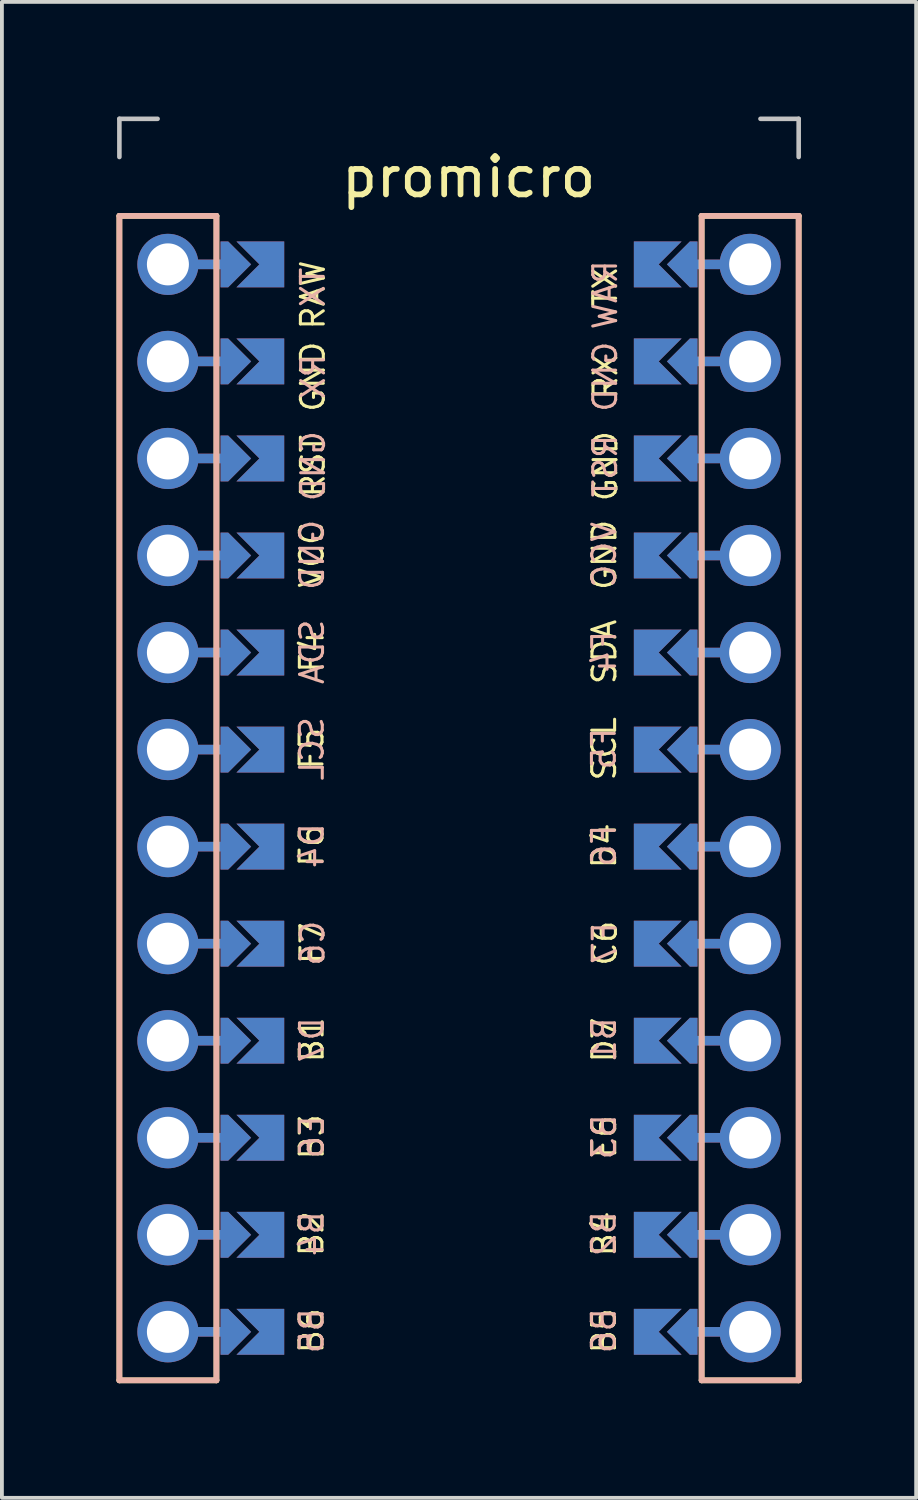
<source format=kicad_pcb>
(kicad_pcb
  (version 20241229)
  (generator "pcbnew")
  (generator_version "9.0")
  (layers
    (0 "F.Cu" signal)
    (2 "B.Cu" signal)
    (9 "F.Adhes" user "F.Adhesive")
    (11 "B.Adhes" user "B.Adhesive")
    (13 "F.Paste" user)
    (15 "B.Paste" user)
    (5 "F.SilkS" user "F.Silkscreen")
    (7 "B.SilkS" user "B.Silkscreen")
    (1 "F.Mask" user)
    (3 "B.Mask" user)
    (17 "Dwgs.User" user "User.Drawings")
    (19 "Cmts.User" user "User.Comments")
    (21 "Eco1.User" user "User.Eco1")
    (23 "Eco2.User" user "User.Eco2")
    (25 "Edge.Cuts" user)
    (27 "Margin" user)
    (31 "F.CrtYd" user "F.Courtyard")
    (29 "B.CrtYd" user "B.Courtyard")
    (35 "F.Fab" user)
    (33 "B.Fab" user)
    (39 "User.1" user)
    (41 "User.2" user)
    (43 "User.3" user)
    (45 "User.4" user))
  (footprint "promicro"
    (layer "F.Cu")
    (at 8.965 17.84)
    (property "Reference" "promicro" (at 0.254 -16.256 0) (layer "F.SilkS") (effects (font (size 1 1) (thickness 0.15))))
    (fp_poly (pts (xy -5.08 -14.478) (xy -5.08 -13.462) (xy -6.096 -13.462) (xy -6.096 -14.478)) (stroke (width 0.1) (type solid)) (fill yes) (layer "F.Mask"))
    (fp_poly (pts (xy -5.08 -11.938) (xy -5.08 -10.922) (xy -6.096 -10.922) (xy -6.096 -11.938)) (stroke (width 0.1) (type solid)) (fill yes) (layer "F.Mask"))
    (fp_poly (pts (xy -5.08 -9.398) (xy -5.08 -8.382) (xy -6.096 -8.382) (xy -6.096 -9.398)) (stroke (width 0.1) (type solid)) (fill yes) (layer "F.Mask"))
    (fp_poly (pts (xy -5.08 -6.858) (xy -5.08 -5.842) (xy -6.096 -5.842) (xy -6.096 -6.858)) (stroke (width 0.1) (type solid)) (fill yes) (layer "F.Mask"))
    (fp_poly (pts (xy -5.08 -4.318) (xy -5.08 -3.302) (xy -6.096 -3.302) (xy -6.096 -4.318)) (stroke (width 0.1) (type solid)) (fill yes) (layer "F.Mask"))
    (fp_poly (pts (xy -5.08 -1.778) (xy -5.08 -0.762) (xy -6.096 -0.762) (xy -6.096 -1.778)) (stroke (width 0.1) (type solid)) (fill yes) (layer "F.Mask"))
    (fp_poly (pts (xy -5.08 0.762) (xy -5.08 1.778) (xy -6.096 1.778) (xy -6.096 0.762)) (stroke (width 0.1) (type solid)) (fill yes) (layer "F.Mask"))
    (fp_poly (pts (xy -5.08 3.302) (xy -5.08 4.318) (xy -6.096 4.318) (xy -6.096 3.302)) (stroke (width 0.1) (type solid)) (fill yes) (layer "F.Mask"))
    (fp_poly (pts (xy -5.08 5.842) (xy -5.08 6.858) (xy -6.096 6.858) (xy -6.096 5.842)) (stroke (width 0.1) (type solid)) (fill yes) (layer "F.Mask"))
    (fp_poly (pts (xy -5.08 8.382) (xy -5.08 9.398) (xy -6.096 9.398) (xy -6.096 8.382)) (stroke (width 0.1) (type solid)) (fill yes) (layer "F.Mask"))
    (fp_poly (pts (xy -5.08 10.922) (xy -5.08 11.938) (xy -6.096 11.938) (xy -6.096 10.922)) (stroke (width 0.1) (type solid)) (fill yes) (layer "F.Mask"))
    (fp_poly (pts (xy -5.08 13.462) (xy -5.08 14.478) (xy -6.096 14.478) (xy -6.096 13.462)) (stroke (width 0.1) (type solid)) (fill yes) (layer "F.Mask"))
    (fp_poly (pts (xy 5.08 -13.462) (xy 5.08 -14.478) (xy 6.096 -14.478) (xy 6.096 -13.462)) (stroke (width 0.1) (type solid)) (fill yes) (layer "F.Mask"))
    (fp_poly (pts (xy 5.08 -10.922) (xy 5.08 -11.938) (xy 6.096 -11.938) (xy 6.096 -10.922)) (stroke (width 0.1) (type solid)) (fill yes) (layer "F.Mask"))
    (fp_poly (pts (xy 5.08 -8.382) (xy 5.08 -9.398) (xy 6.096 -9.398) (xy 6.096 -8.382)) (stroke (width 0.1) (type solid)) (fill yes) (layer "F.Mask"))
    (fp_poly (pts (xy 5.08 -5.842) (xy 5.08 -6.858) (xy 6.096 -6.858) (xy 6.096 -5.842)) (stroke (width 0.1) (type solid)) (fill yes) (layer "F.Mask"))
    (fp_poly (pts (xy 5.08 -3.302) (xy 5.08 -4.318) (xy 6.096 -4.318) (xy 6.096 -3.302)) (stroke (width 0.1) (type solid)) (fill yes) (layer "F.Mask"))
    (fp_poly (pts (xy 5.08 -0.762) (xy 5.08 -1.778) (xy 6.096 -1.778) (xy 6.096 -0.762)) (stroke (width 0.1) (type solid)) (fill yes) (layer "F.Mask"))
    (fp_poly (pts (xy 5.08 1.778) (xy 5.08 0.762) (xy 6.096 0.762) (xy 6.096 1.778)) (stroke (width 0.1) (type solid)) (fill yes) (layer "F.Mask"))
    (fp_poly (pts (xy 5.08 4.318) (xy 5.08 3.302) (xy 6.096 3.302) (xy 6.096 4.318)) (stroke (width 0.1) (type solid)) (fill yes) (layer "F.Mask"))
    (fp_poly (pts (xy 5.08 6.858) (xy 5.08 5.842) (xy 6.096 5.842) (xy 6.096 6.858)) (stroke (width 0.1) (type solid)) (fill yes) (layer "F.Mask"))
    (fp_poly (pts (xy 5.08 9.398) (xy 5.08 8.382) (xy 6.096 8.382) (xy 6.096 9.398)) (stroke (width 0.1) (type solid)) (fill yes) (layer "F.Mask"))
    (fp_poly (pts (xy 5.08 11.938) (xy 5.08 10.922) (xy 6.096 10.922) (xy 6.096 11.938)) (stroke (width 0.1) (type solid)) (fill yes) (layer "F.Mask"))
    (fp_poly (pts (xy 5.08 14.478) (xy 5.08 13.462) (xy 6.096 13.462) (xy 6.096 14.478)) (stroke (width 0.1) (type solid)) (fill yes) (layer "F.Mask"))
    (fp_poly (pts (xy -5.08 -14.478) (xy -5.08 -13.462) (xy -6.096 -13.462) (xy -6.096 -14.478)) (stroke (width 0.1) (type solid)) (fill yes) (layer "B.Mask"))
    (fp_poly (pts (xy -5.08 -11.938) (xy -5.08 -10.922) (xy -6.096 -10.922) (xy -6.096 -11.938)) (stroke (width 0.1) (type solid)) (fill yes) (layer "B.Mask"))
    (fp_poly (pts (xy -5.08 -9.398) (xy -5.08 -8.382) (xy -6.096 -8.382) (xy -6.096 -9.398)) (stroke (width 0.1) (type solid)) (fill yes) (layer "B.Mask"))
    (fp_poly (pts (xy -5.08 -6.858) (xy -5.08 -5.842) (xy -6.096 -5.842) (xy -6.096 -6.858)) (stroke (width 0.1) (type solid)) (fill yes) (layer "B.Mask"))
    (fp_poly (pts (xy -5.08 -4.318) (xy -5.08 -3.302) (xy -6.096 -3.302) (xy -6.096 -4.318)) (stroke (width 0.1) (type solid)) (fill yes) (layer "B.Mask"))
    (fp_poly (pts (xy -5.08 -1.778) (xy -5.08 -0.762) (xy -6.096 -0.762) (xy -6.096 -1.778)) (stroke (width 0.1) (type solid)) (fill yes) (layer "B.Mask"))
    (fp_poly (pts (xy -5.08 0.762) (xy -5.08 1.778) (xy -6.096 1.778) (xy -6.096 0.762)) (stroke (width 0.1) (type solid)) (fill yes) (layer "B.Mask"))
    (fp_poly (pts (xy -5.08 3.302) (xy -5.08 4.318) (xy -6.096 4.318) (xy -6.096 3.302)) (stroke (width 0.1) (type solid)) (fill yes) (layer "B.Mask"))
    (fp_poly (pts (xy -5.08 5.842) (xy -5.08 6.858) (xy -6.096 6.858) (xy -6.096 5.842)) (stroke (width 0.1) (type solid)) (fill yes) (layer "B.Mask"))
    (fp_poly (pts (xy -5.08 8.382) (xy -5.08 9.398) (xy -6.096 9.398) (xy -6.096 8.382)) (stroke (width 0.1) (type solid)) (fill yes) (layer "B.Mask"))
    (fp_poly (pts (xy -5.08 10.922) (xy -5.08 11.938) (xy -6.096 11.938) (xy -6.096 10.922)) (stroke (width 0.1) (type solid)) (fill yes) (layer "B.Mask"))
    (fp_poly (pts (xy -5.08 13.462) (xy -5.08 14.478) (xy -6.096 14.478) (xy -6.096 13.462)) (stroke (width 0.1) (type solid)) (fill yes) (layer "B.Mask"))
    (fp_poly (pts (xy 5.08 -13.462) (xy 5.08 -14.478) (xy 6.096 -14.478) (xy 6.096 -13.462)) (stroke (width 0.1) (type solid)) (fill yes) (layer "B.Mask"))
    (fp_poly (pts (xy 5.08 -10.922) (xy 5.08 -11.938) (xy 6.096 -11.938) (xy 6.096 -10.922)) (stroke (width 0.1) (type solid)) (fill yes) (layer "B.Mask"))
    (fp_poly (pts (xy 5.08 -8.382) (xy 5.08 -9.398) (xy 6.096 -9.398) (xy 6.096 -8.382)) (stroke (width 0.1) (type solid)) (fill yes) (layer "B.Mask"))
    (fp_poly (pts (xy 5.08 -5.842) (xy 5.08 -6.858) (xy 6.096 -6.858) (xy 6.096 -5.842)) (stroke (width 0.1) (type solid)) (fill yes) (layer "B.Mask"))
    (fp_poly (pts (xy 5.08 -3.302) (xy 5.08 -4.318) (xy 6.096 -4.318) (xy 6.096 -3.302)) (stroke (width 0.1) (type solid)) (fill yes) (layer "B.Mask"))
    (fp_poly (pts (xy 5.08 -0.762) (xy 5.08 -1.778) (xy 6.096 -1.778) (xy 6.096 -0.762)) (stroke (width 0.1) (type solid)) (fill yes) (layer "B.Mask"))
    (fp_poly (pts (xy 5.08 1.778) (xy 5.08 0.762) (xy 6.096 0.762) (xy 6.096 1.778)) (stroke (width 0.1) (type solid)) (fill yes) (layer "B.Mask"))
    (fp_poly (pts (xy 5.08 4.318) (xy 5.08 3.302) (xy 6.096 3.302) (xy 6.096 4.318)) (stroke (width 0.1) (type solid)) (fill yes) (layer "B.Mask"))
    (fp_poly (pts (xy 5.08 6.858) (xy 5.08 5.842) (xy 6.096 5.842) (xy 6.096 6.858)) (stroke (width 0.1) (type solid)) (fill yes) (layer "B.Mask"))
    (fp_poly (pts (xy 5.08 9.398) (xy 5.08 8.382) (xy 6.096 8.382) (xy 6.096 9.398)) (stroke (width 0.1) (type solid)) (fill yes) (layer "B.Mask"))
    (fp_poly (pts (xy 5.08 11.938) (xy 5.08 10.922) (xy 6.096 10.922) (xy 6.096 11.938)) (stroke (width 0.1) (type solid)) (fill yes) (layer "B.Mask"))
    (fp_poly (pts (xy 5.08 14.478) (xy 5.08 13.462) (xy 6.096 13.462) (xy 6.096 14.478)) (stroke (width 0.1) (type solid)) (fill yes) (layer "B.Mask"))
    (fp_line (start -8.89 -15.24) (end -8.89 15.24) (stroke (width 0.15) (type solid)) (layer "F.SilkS"))
    (fp_line (start -8.89 -15.24) (end -6.35 -15.24) (stroke (width 0.15) (type solid)) (layer "F.SilkS"))
    (fp_line (start -6.35 -15.24) (end -6.35 15.24) (stroke (width 0.15) (type solid)) (layer "F.SilkS"))
    (fp_line (start -6.35 15.24) (end -8.89 15.24) (stroke (width 0.15) (type solid)) (layer "F.SilkS"))
    (fp_line (start 6.35 -15.24) (end 6.35 15.24) (stroke (width 0.15) (type solid)) (layer "F.SilkS"))
    (fp_line (start 6.35 -15.24) (end 8.89 -15.24) (stroke (width 0.15) (type solid)) (layer "F.SilkS"))
    (fp_line (start 6.35 15.24) (end 8.89 15.24) (stroke (width 0.15) (type solid)) (layer "F.SilkS"))
    (fp_line (start 8.89 -15.24) (end 8.89 15.24) (stroke (width 0.15) (type solid)) (layer "F.SilkS"))
    (fp_line (start -8.89 -15.24) (end -8.89 15.24) (stroke (width 0.15) (type solid)) (layer "B.SilkS"))
    (fp_line (start -8.89 -15.24) (end -6.35 -15.24) (stroke (width 0.15) (type solid)) (layer "B.SilkS"))
    (fp_line (start -6.35 -15.24) (end -6.35 15.24) (stroke (width 0.15) (type solid)) (layer "B.SilkS"))
    (fp_line (start -6.35 15.24) (end -8.89 15.24) (stroke (width 0.15) (type solid)) (layer "B.SilkS"))
    (fp_line (start 6.35 -15.24) (end 6.35 15.24) (stroke (width 0.15) (type solid)) (layer "B.SilkS"))
    (fp_line (start 6.35 -15.24) (end 8.89 -15.24) (stroke (width 0.15) (type solid)) (layer "B.SilkS"))
    (fp_line (start 6.35 15.24) (end 8.89 15.24) (stroke (width 0.15) (type solid)) (layer "B.SilkS"))
    (fp_line (start 8.89 -15.24) (end 8.89 15.24) (stroke (width 0.15) (type solid)) (layer "B.SilkS"))
    (fp_line (start -8.89 -17.78) (end -8.89 -16.78) (stroke (width 0.12) (type solid)) (layer "Dwgs.User"))
    (fp_line (start -8.89 -17.78) (end -7.89 -17.78) (stroke (width 0.12) (type solid)) (layer "Dwgs.User"))
    (fp_line (start 8.89 -17.78) (end 7.89 -17.78) (stroke (width 0.12) (type solid)) (layer "Dwgs.User"))
    (fp_line (start 8.89 -17.78) (end 8.89 -16.78) (stroke (width 0.12) (type solid)) (layer "Dwgs.User"))
    (fp_text user "SCL" (at 3.799 -1.292 90) (layer "F.SilkS") (effects (font (size 0.6 0.6) (thickness 0.08))))
    (fp_text user "E6" (at 3.802 8.869 90) (layer "F.SilkS") (effects (font (size 0.6 0.6) (thickness 0.08))))
    (fp_text user "TX" (at 3.826 -13.37 90) (layer "F.SilkS") (effects (font (size 0.6 0.6) (thickness 0.08))))
    (fp_text user "F7" (at -3.839 3.797 90) (layer "F.SilkS") (effects (font (size 0.6 0.6) (thickness 0.08))))
    (fp_text user "D7" (at 3.802 6.329 90) (layer "F.SilkS") (effects (font (size 0.6 0.6) (thickness 0.08))))
    (fp_text user "B6" (at -3.864 13.942 90) (layer "F.SilkS") (effects (font (size 0.6 0.6) (thickness 0.08))))
    (fp_text user "C6" (at 3.82 3.798 90) (layer "F.SilkS") (effects (font (size 0.6 0.6) (thickness 0.08))))
    (fp_text user "F5" (at -3.86 -1.294 90) (layer "F.SilkS") (effects (font (size 0.6 0.6) (thickness 0.08))))
    (fp_text user "B3" (at -3.857 8.867 90) (layer "F.SilkS") (effects (font (size 0.6 0.6) (thickness 0.08))))
    (fp_text user "SDA" (at 3.806 -3.827 90) (layer "F.SilkS") (effects (font (size 0.6 0.6) (thickness 0.08))))
    (fp_text user "GND" (at -3.826 -11.03 90) (layer "F.SilkS") (effects (font (size 0.6 0.6) (thickness 0.08))))
    (fp_text user "B4" (at 3.795 11.404 90) (layer "F.SilkS") (effects (font (size 0.6 0.6) (thickness 0.08))))
    (fp_text user "B2" (at -3.864 11.402 90) (layer "F.SilkS") (effects (font (size 0.6 0.6) (thickness 0.08))))
    (fp_text user "B1" (at -3.857 6.327 90) (layer "F.SilkS") (effects (font (size 0.6 0.6) (thickness 0.08))))
    (fp_text user "VCC" (at -3.853 -6.369 90) (layer "F.SilkS") (effects (font (size 0.6 0.6) (thickness 0.08))))
    (fp_text user "D4" (at 3.799 1.248 90) (layer "F.SilkS") (effects (font (size 0.6 0.6) (thickness 0.08))))
    (fp_text user "RX" (at 3.833 -11.028 90) (layer "F.SilkS") (effects (font (size 0.6 0.6) (thickness 0.08))))
    (fp_text user "F4" (at -3.853 -3.829 90) (layer "F.SilkS") (effects (font (size 0.6 0.6) (thickness 0.08))))
    (fp_text user "GND" (at 3.833 -8.688 90) (layer "F.SilkS") (effects (font (size 0.6 0.6) (thickness 0.08))))
    (fp_text user "RAW" (at -3.826 -13.17 90) (layer "F.SilkS") (effects (font (size 0.6 0.6) (thickness 0.08))))
    (fp_text user "B5" (at 3.795 13.944 90) (layer "F.SilkS") (effects (font (size 0.6 0.6) (thickness 0.08))))
    (fp_text user "F6" (at -3.86 1.246 90) (layer "F.SilkS") (effects (font (size 0.6 0.6) (thickness 0.08))))
    (fp_text user "GND" (at 3.806 -6.367 90) (layer "F.SilkS") (effects (font (size 0.6 0.6) (thickness 0.08))))
    (fp_text user "RST" (at -3.826 -8.69 90) (layer "F.SilkS") (effects (font (size 0.6 0.6) (thickness 0.08))))
    (fp_text user "B1" (at 3.795 6.327 90) (layer "B.SilkS") (effects (font (size 0.6 0.6) (thickness 0.08)) (justify mirror)))
    (fp_text user "RST" (at 3.826 -8.69 90) (layer "B.SilkS") (effects (font (size 0.6 0.6) (thickness 0.08)) (justify mirror)))
    (fp_text user "B5" (at -3.857 13.944 90) (layer "B.SilkS") (effects (font (size 0.6 0.6) (thickness 0.08)) (justify mirror)))
    (fp_text user "TX" (at -3.826 -13.37 90) (layer "B.SilkS") (effects (font (size 0.6 0.6) (thickness 0.08)) (justify mirror)))
    (fp_text user "B2" (at 3.788 11.402 90) (layer "B.SilkS") (effects (font (size 0.6 0.6) (thickness 0.08)) (justify mirror)))
    (fp_text user "F6" (at 3.792 1.246 90) (layer "B.SilkS") (effects (font (size 0.6 0.6) (thickness 0.08)) (justify mirror)))
    (fp_text user "B6" (at 3.788 13.942 90) (layer "B.SilkS") (effects (font (size 0.6 0.6) (thickness 0.08)) (justify mirror)))
    (fp_text user "GND" (at 3.826 -11.03 90) (layer "B.SilkS") (effects (font (size 0.6 0.6) (thickness 0.08)) (justify mirror)))
    (fp_text user "F5" (at 3.792 -1.294 90) (layer "B.SilkS") (effects (font (size 0.6 0.6) (thickness 0.08)) (justify mirror)))
    (fp_text user "SCL" (at -3.853 -1.292 90) (layer "B.SilkS") (effects (font (size 0.6 0.6) (thickness 0.08)) (justify mirror)))
    (fp_text user "GND" (at -3.846 -6.367 90) (layer "B.SilkS") (effects (font (size 0.6 0.6) (thickness 0.08)) (justify mirror)))
    (fp_text user "RAW" (at 3.826 -13.17 90) (layer "B.SilkS") (effects (font (size 0.6 0.6) (thickness 0.08)) (justify mirror)))
    (fp_text user "B4" (at -3.857 11.404 90) (layer "B.SilkS") (effects (font (size 0.6 0.6) (thickness 0.08)) (justify mirror)))
    (fp_text user "B3" (at 3.795 8.867 90) (layer "B.SilkS") (effects (font (size 0.6 0.6) (thickness 0.08)) (justify mirror)))
    (fp_text user "F4" (at 3.799 -3.829 90) (layer "B.SilkS") (effects (font (size 0.6 0.6) (thickness 0.08)) (justify mirror)))
    (fp_text user "D7" (at -3.85 6.329 90) (layer "B.SilkS") (effects (font (size 0.6 0.6) (thickness 0.08)) (justify mirror)))
    (fp_text user "RX" (at -3.819 -11.028 90) (layer "B.SilkS") (effects (font (size 0.6 0.6) (thickness 0.08)) (justify mirror)))
    (fp_text user "D4" (at -3.853 1.248 90) (layer "B.SilkS") (effects (font (size 0.6 0.6) (thickness 0.08)) (justify mirror)))
    (fp_text user "F7" (at 3.813 3.797 90) (layer "B.SilkS") (effects (font (size 0.6 0.6) (thickness 0.08)) (justify mirror)))
    (fp_text user "C6" (at -3.832 3.798 90) (layer "B.SilkS") (effects (font (size 0.6 0.6) (thickness 0.08)) (justify mirror)))
    (fp_text user "SDA" (at -3.846 -3.827 90) (layer "B.SilkS") (effects (font (size 0.6 0.6) (thickness 0.08)) (justify mirror)))
    (fp_text user "E6" (at -3.85 8.869 90) (layer "B.SilkS") (effects (font (size 0.6 0.6) (thickness 0.08)) (justify mirror)))
    (fp_text user "VCC" (at 3.799 -6.369 90) (layer "B.SilkS") (effects (font (size 0.6 0.6) (thickness 0.08)) (justify mirror)))
    (fp_text user "GND" (at -3.819 -8.688 90) (layer "B.SilkS") (effects (font (size 0.6 0.6) (thickness 0.08)) (justify mirror)))
    (pad "" thru_hole circle (at -7.62 -13.97 270) (size 1.6 1.6) (drill 1.1) (layers "*.Cu" "*.Mask"))
    (pad "" thru_hole circle (at -7.62 -11.43 270) (size 1.6 1.6) (drill 1.1) (layers "*.Cu" "*.Mask"))
    (pad "" thru_hole circle (at -7.62 -8.89 270) (size 1.6 1.6) (drill 1.1) (layers "*.Cu" "*.Mask"))
    (pad "" thru_hole circle (at -7.62 -6.35 270) (size 1.6 1.6) (drill 1.1) (layers "*.Cu" "*.Mask"))
    (pad "" thru_hole circle (at -7.62 -3.81 270) (size 1.6 1.6) (drill 1.1) (layers "*.Cu" "*.Mask"))
    (pad "" thru_hole circle (at -7.62 -1.27 270) (size 1.6 1.6) (drill 1.1) (layers "*.Cu" "*.Mask"))
    (pad "" thru_hole circle (at -7.62 1.27 270) (size 1.6 1.6) (drill 1.1) (layers "*.Cu" "*.Mask"))
    (pad "" thru_hole circle (at -7.62 3.81 270) (size 1.6 1.6) (drill 1.1) (layers "*.Cu" "*.Mask"))
    (pad "" thru_hole circle (at -7.62 6.35 270) (size 1.6 1.6) (drill 1.1) (layers "*.Cu" "*.Mask"))
    (pad "" thru_hole circle (at -7.62 8.89 270) (size 1.6 1.6) (drill 1.1) (layers "*.Cu" "*.Mask"))
    (pad "" thru_hole circle (at -7.62 11.43 270) (size 1.6 1.6) (drill 1.1) (layers "*.Cu" "*.Mask"))
    (pad "" thru_hole circle (at -7.62 13.97 270) (size 1.6 1.6) (drill 1.1) (layers "*.Cu" "*.Mask"))
    (pad "" smd custom (at -6.35 -13.97 90) (size 0.25 1) (layers "F.Cu") (options (anchor rect)) (primitives))
    (pad "" smd custom (at -6.35 -13.97 90) (size 0.25 1) (layers "B.Cu") (options (anchor rect)) (primitives))
    (pad "" smd custom (at -6.35 -11.43 90) (size 0.25 1) (layers "F.Cu") (options (anchor rect)) (primitives))
    (pad "" smd custom (at -6.35 -11.43 90) (size 0.25 1) (layers "B.Cu") (options (anchor rect)) (primitives))
    (pad "" smd custom (at -6.35 -8.89 90) (size 0.25 1) (layers "F.Cu") (options (anchor rect)) (primitives))
    (pad "" smd custom (at -6.35 -8.89 90) (size 0.25 1) (layers "B.Cu") (options (anchor rect)) (primitives))
    (pad "" smd custom (at -6.35 -6.35 90) (size 0.25 1) (layers "F.Cu") (options (anchor rect)) (primitives))
    (pad "" smd custom (at -6.35 -6.35 90) (size 0.25 1) (layers "B.Cu") (options (anchor rect)) (primitives))
    (pad "" smd custom (at -6.35 -3.81 90) (size 0.25 1) (layers "F.Cu") (options (anchor rect)) (primitives))
    (pad "" smd custom (at -6.35 -3.81 90) (size 0.25 1) (layers "B.Cu") (options (anchor rect)) (primitives))
    (pad "" smd custom (at -6.35 -1.27 90) (size 0.25 1) (layers "F.Cu") (options (anchor rect)) (primitives))
    (pad "" smd custom (at -6.35 -1.27 90) (size 0.25 1) (layers "B.Cu") (options (anchor rect)) (primitives))
    (pad "" smd custom (at -6.35 1.27 90) (size 0.25 1) (layers "F.Cu") (options (anchor rect)) (primitives))
    (pad "" smd custom (at -6.35 1.27 90) (size 0.25 1) (layers "B.Cu") (options (anchor rect)) (primitives))
    (pad "" smd custom (at -6.35 3.81 90) (size 0.25 1) (layers "F.Cu") (options (anchor rect)) (primitives))
    (pad "" smd custom (at -6.35 3.81 90) (size 0.25 1) (layers "B.Cu") (options (anchor rect)) (primitives))
    (pad "" smd custom (at -6.35 6.35 90) (size 0.25 1) (layers "F.Cu") (options (anchor rect)) (primitives))
    (pad "" smd custom (at -6.35 6.35 90) (size 0.25 1) (layers "B.Cu") (options (anchor rect)) (primitives))
    (pad "" smd custom (at -6.35 8.89 90) (size 0.25 1) (layers "F.Cu") (options (anchor rect)) (primitives))
    (pad "" smd custom (at -6.35 8.89 90) (size 0.25 1) (layers "B.Cu") (options (anchor rect)) (primitives))
    (pad "" smd custom (at -6.35 11.43 90) (size 0.25 1) (layers "F.Cu") (options (anchor rect)) (primitives))
    (pad "" smd custom (at -6.35 11.43 90) (size 0.25 1) (layers "B.Cu") (options (anchor rect)) (primitives))
    (pad "" smd custom (at -6.35 13.97 90) (size 0.25 1) (layers "F.Cu") (options (anchor rect)) (primitives))
    (pad "" smd custom (at -6.35 13.97 90) (size 0.25 1) (layers "B.Cu") (options (anchor rect)) (primitives))
    (pad "" smd custom (at -5.842 -13.97 90) (size 0.1 0.1) (layers "F.Cu" "F.Mask") (options (anchor rect)) (primitives (gr_poly (pts (xy 0.6 -0.2) (xy 0 0.4) (xy -0.6 -0.2) (xy -0.6 -0.4) (xy 0.6 -0.4)) (width 0) (fill yes))))
    (pad "" smd custom (at -5.842 -13.97 90) (size 0.1 0.1) (layers "B.Cu" "B.Mask") (options (anchor rect)) (primitives (gr_poly (pts (xy 0.6 -0.2) (xy 0 0.4) (xy -0.6 -0.2) (xy -0.6 -0.4) (xy 0.6 -0.4)) (width 0) (fill yes))))
    (pad "" smd custom (at -5.842 -11.43 90) (size 0.1 0.1) (layers "F.Cu" "F.Mask") (options (anchor rect)) (primitives (gr_poly (pts (xy 0.6 -0.2) (xy 0 0.4) (xy -0.6 -0.2) (xy -0.6 -0.4) (xy 0.6 -0.4)) (width 0) (fill yes))))
    (pad "" smd custom (at -5.842 -11.43 90) (size 0.1 0.1) (layers "B.Cu" "B.Mask") (options (anchor rect)) (primitives (gr_poly (pts (xy 0.6 -0.2) (xy 0 0.4) (xy -0.6 -0.2) (xy -0.6 -0.4) (xy 0.6 -0.4)) (width 0) (fill yes))))
    (pad "" smd custom (at -5.842 -8.89 90) (size 0.1 0.1) (layers "F.Cu" "F.Mask") (options (anchor rect)) (primitives (gr_poly (pts (xy 0.6 -0.2) (xy 0 0.4) (xy -0.6 -0.2) (xy -0.6 -0.4) (xy 0.6 -0.4)) (width 0) (fill yes))))
    (pad "" smd custom (at -5.842 -8.89 90) (size 0.1 0.1) (layers "B.Cu" "B.Mask") (options (anchor rect)) (primitives (gr_poly (pts (xy 0.6 -0.2) (xy 0 0.4) (xy -0.6 -0.2) (xy -0.6 -0.4) (xy 0.6 -0.4)) (width 0) (fill yes))))
    (pad "" smd custom (at -5.842 -6.35 90) (size 0.1 0.1) (layers "F.Cu" "F.Mask") (options (anchor rect)) (primitives (gr_poly (pts (xy 0.6 -0.2) (xy 0 0.4) (xy -0.6 -0.2) (xy -0.6 -0.4) (xy 0.6 -0.4)) (width 0) (fill yes))))
    (pad "" smd custom (at -5.842 -6.35 90) (size 0.1 0.1) (layers "B.Cu" "B.Mask") (options (anchor rect)) (primitives (gr_poly (pts (xy 0.6 -0.2) (xy 0 0.4) (xy -0.6 -0.2) (xy -0.6 -0.4) (xy 0.6 -0.4)) (width 0) (fill yes))))
    (pad "" smd custom (at -5.842 -3.81 90) (size 0.1 0.1) (layers "F.Cu" "F.Mask") (options (anchor rect)) (primitives (gr_poly (pts (xy 0.6 -0.2) (xy 0 0.4) (xy -0.6 -0.2) (xy -0.6 -0.4) (xy 0.6 -0.4)) (width 0) (fill yes))))
    (pad "" smd custom (at -5.842 -3.81 90) (size 0.1 0.1) (layers "B.Cu" "B.Mask") (options (anchor rect)) (primitives (gr_poly (pts (xy 0.6 -0.2) (xy 0 0.4) (xy -0.6 -0.2) (xy -0.6 -0.4) (xy 0.6 -0.4)) (width 0) (fill yes))))
    (pad "" smd custom (at -5.842 -1.27 90) (size 0.1 0.1) (layers "F.Cu" "F.Mask") (options (anchor rect)) (primitives (gr_poly (pts (xy 0.6 -0.2) (xy 0 0.4) (xy -0.6 -0.2) (xy -0.6 -0.4) (xy 0.6 -0.4)) (width 0) (fill yes))))
    (pad "" smd custom (at -5.842 -1.27 90) (size 0.1 0.1) (layers "B.Cu" "B.Mask") (options (anchor rect)) (primitives (gr_poly (pts (xy 0.6 -0.2) (xy 0 0.4) (xy -0.6 -0.2) (xy -0.6 -0.4) (xy 0.6 -0.4)) (width 0) (fill yes))))
    (pad "" smd custom (at -5.842 1.27 90) (size 0.1 0.1) (layers "F.Cu" "F.Mask") (options (anchor rect)) (primitives (gr_poly (pts (xy 0.6 -0.2) (xy 0 0.4) (xy -0.6 -0.2) (xy -0.6 -0.4) (xy 0.6 -0.4)) (width 0) (fill yes))))
    (pad "" smd custom (at -5.842 1.27 90) (size 0.1 0.1) (layers "B.Cu" "B.Mask") (options (anchor rect)) (primitives (gr_poly (pts (xy 0.6 -0.2) (xy 0 0.4) (xy -0.6 -0.2) (xy -0.6 -0.4) (xy 0.6 -0.4)) (width 0) (fill yes))))
    (pad "" smd custom (at -5.842 3.81 90) (size 0.1 0.1) (layers "F.Cu" "F.Mask") (options (anchor rect)) (primitives (gr_poly (pts (xy 0.6 -0.2) (xy 0 0.4) (xy -0.6 -0.2) (xy -0.6 -0.4) (xy 0.6 -0.4)) (width 0) (fill yes))))
    (pad "" smd custom (at -5.842 3.81 90) (size 0.1 0.1) (layers "B.Cu" "B.Mask") (options (anchor rect)) (primitives (gr_poly (pts (xy 0.6 -0.2) (xy 0 0.4) (xy -0.6 -0.2) (xy -0.6 -0.4) (xy 0.6 -0.4)) (width 0) (fill yes))))
    (pad "" smd custom (at -5.842 6.35 90) (size 0.1 0.1) (layers "F.Cu" "F.Mask") (options (anchor rect)) (primitives (gr_poly (pts (xy 0.6 -0.2) (xy 0 0.4) (xy -0.6 -0.2) (xy -0.6 -0.4) (xy 0.6 -0.4)) (width 0) (fill yes))))
    (pad "" smd custom (at -5.842 6.35 90) (size 0.1 0.1) (layers "B.Cu" "B.Mask") (options (anchor rect)) (primitives (gr_poly (pts (xy 0.6 -0.2) (xy 0 0.4) (xy -0.6 -0.2) (xy -0.6 -0.4) (xy 0.6 -0.4)) (width 0) (fill yes))))
    (pad "" smd custom (at -5.842 8.89 90) (size 0.1 0.1) (layers "F.Cu" "F.Mask") (options (anchor rect)) (primitives (gr_poly (pts (xy 0.6 -0.2) (xy 0 0.4) (xy -0.6 -0.2) (xy -0.6 -0.4) (xy 0.6 -0.4)) (width 0) (fill yes))))
    (pad "" smd custom (at -5.842 8.89 90) (size 0.1 0.1) (layers "B.Cu" "B.Mask") (options (anchor rect)) (primitives (gr_poly (pts (xy 0.6 -0.2) (xy 0 0.4) (xy -0.6 -0.2) (xy -0.6 -0.4) (xy 0.6 -0.4)) (width 0) (fill yes))))
    (pad "" smd custom (at -5.842 11.43 90) (size 0.1 0.1) (layers "F.Cu" "F.Mask") (options (anchor rect)) (primitives (gr_poly (pts (xy 0.6 -0.2) (xy 0 0.4) (xy -0.6 -0.2) (xy -0.6 -0.4) (xy 0.6 -0.4)) (width 0) (fill yes))))
    (pad "" smd custom (at -5.842 11.43 90) (size 0.1 0.1) (layers "B.Cu" "B.Mask") (options (anchor rect)) (primitives (gr_poly (pts (xy 0.6 -0.2) (xy 0 0.4) (xy -0.6 -0.2) (xy -0.6 -0.4) (xy 0.6 -0.4)) (width 0) (fill yes))))
    (pad "" smd custom (at -5.842 13.97 90) (size 0.1 0.1) (layers "F.Cu" "F.Mask") (options (anchor rect)) (primitives (gr_poly (pts (xy 0.6 -0.2) (xy 0 0.4) (xy -0.6 -0.2) (xy -0.6 -0.4) (xy 0.6 -0.4)) (width 0) (fill yes))))
    (pad "" smd custom (at -5.842 13.97 90) (size 0.1 0.1) (layers "B.Cu" "B.Mask") (options (anchor rect)) (primitives (gr_poly (pts (xy 0.6 -0.2) (xy 0 0.4) (xy -0.6 -0.2) (xy -0.6 -0.4) (xy 0.6 -0.4)) (width 0) (fill yes))))
    (pad "" smd custom (at 5.842 -13.97 270) (size 0.1 0.1) (layers "F.Cu" "F.Mask") (options (anchor rect)) (primitives (gr_poly (pts (xy 0.6 -0.2) (xy 0 0.4) (xy -0.6 -0.2) (xy -0.6 -0.4) (xy 0.6 -0.4)) (width 0) (fill yes))))
    (pad "" smd custom (at 5.842 -13.97 270) (size 0.1 0.1) (layers "B.Cu" "B.Mask") (options (anchor rect)) (primitives (gr_poly (pts (xy 0.6 -0.2) (xy 0 0.4) (xy -0.6 -0.2) (xy -0.6 -0.4) (xy 0.6 -0.4)) (width 0) (fill yes))))
    (pad "" smd custom (at 5.842 -11.43 270) (size 0.1 0.1) (layers "F.Cu" "F.Mask") (options (anchor rect)) (primitives (gr_poly (pts (xy 0.6 -0.2) (xy 0 0.4) (xy -0.6 -0.2) (xy -0.6 -0.4) (xy 0.6 -0.4)) (width 0) (fill yes))))
    (pad "" smd custom (at 5.842 -11.43 270) (size 0.1 0.1) (layers "B.Cu" "B.Mask") (options (anchor rect)) (primitives (gr_poly (pts (xy 0.6 -0.2) (xy 0 0.4) (xy -0.6 -0.2) (xy -0.6 -0.4) (xy 0.6 -0.4)) (width 0) (fill yes))))
    (pad "" smd custom (at 5.842 -8.89 270) (size 0.1 0.1) (layers "F.Cu" "F.Mask") (options (anchor rect)) (primitives (gr_poly (pts (xy 0.6 -0.2) (xy 0 0.4) (xy -0.6 -0.2) (xy -0.6 -0.4) (xy 0.6 -0.4)) (width 0) (fill yes))))
    (pad "" smd custom (at 5.842 -8.89 270) (size 0.1 0.1) (layers "B.Cu" "B.Mask") (options (anchor rect)) (primitives (gr_poly (pts (xy 0.6 -0.2) (xy 0 0.4) (xy -0.6 -0.2) (xy -0.6 -0.4) (xy 0.6 -0.4)) (width 0) (fill yes))))
    (pad "" smd custom (at 5.842 -6.35 270) (size 0.1 0.1) (layers "F.Cu" "F.Mask") (options (anchor rect)) (primitives (gr_poly (pts (xy 0.6 -0.2) (xy 0 0.4) (xy -0.6 -0.2) (xy -0.6 -0.4) (xy 0.6 -0.4)) (width 0) (fill yes))))
    (pad "" smd custom (at 5.842 -6.35 270) (size 0.1 0.1) (layers "B.Cu" "B.Mask") (options (anchor rect)) (primitives (gr_poly (pts (xy 0.6 -0.2) (xy 0 0.4) (xy -0.6 -0.2) (xy -0.6 -0.4) (xy 0.6 -0.4)) (width 0) (fill yes))))
    (pad "" smd custom (at 5.842 -3.81 270) (size 0.1 0.1) (layers "F.Cu" "F.Mask") (options (anchor rect)) (primitives (gr_poly (pts (xy 0.6 -0.2) (xy 0 0.4) (xy -0.6 -0.2) (xy -0.6 -0.4) (xy 0.6 -0.4)) (width 0) (fill yes))))
    (pad "" smd custom (at 5.842 -3.81 270) (size 0.1 0.1) (layers "B.Cu" "B.Mask") (options (anchor rect)) (primitives (gr_poly (pts (xy 0.6 -0.2) (xy 0 0.4) (xy -0.6 -0.2) (xy -0.6 -0.4) (xy 0.6 -0.4)) (width 0) (fill yes))))
    (pad "" smd custom (at 5.842 -1.27 270) (size 0.1 0.1) (layers "F.Cu" "F.Mask") (options (anchor rect)) (primitives (gr_poly (pts (xy 0.6 -0.2) (xy 0 0.4) (xy -0.6 -0.2) (xy -0.6 -0.4) (xy 0.6 -0.4)) (width 0) (fill yes))))
    (pad "" smd custom (at 5.842 -1.27 270) (size 0.1 0.1) (layers "B.Cu" "B.Mask") (options (anchor rect)) (primitives (gr_poly (pts (xy 0.6 -0.2) (xy 0 0.4) (xy -0.6 -0.2) (xy -0.6 -0.4) (xy 0.6 -0.4)) (width 0) (fill yes))))
    (pad "" smd custom (at 5.842 1.27 270) (size 0.1 0.1) (layers "F.Cu" "F.Mask") (options (anchor rect)) (primitives (gr_poly (pts (xy 0.6 -0.2) (xy 0 0.4) (xy -0.6 -0.2) (xy -0.6 -0.4) (xy 0.6 -0.4)) (width 0) (fill yes))))
    (pad "" smd custom (at 5.842 1.27 270) (size 0.1 0.1) (layers "B.Cu" "B.Mask") (options (anchor rect)) (primitives (gr_poly (pts (xy 0.6 -0.2) (xy 0 0.4) (xy -0.6 -0.2) (xy -0.6 -0.4) (xy 0.6 -0.4)) (width 0) (fill yes))))
    (pad "" smd custom (at 5.842 3.81 270) (size 0.1 0.1) (layers "F.Cu" "F.Mask") (options (anchor rect)) (primitives (gr_poly (pts (xy 0.6 -0.2) (xy 0 0.4) (xy -0.6 -0.2) (xy -0.6 -0.4) (xy 0.6 -0.4)) (width 0) (fill yes))))
    (pad "" smd custom (at 5.842 3.81 270) (size 0.1 0.1) (layers "B.Cu" "B.Mask") (options (anchor rect)) (primitives (gr_poly (pts (xy 0.6 -0.2) (xy 0 0.4) (xy -0.6 -0.2) (xy -0.6 -0.4) (xy 0.6 -0.4)) (width 0) (fill yes))))
    (pad "" smd custom (at 5.842 6.35 270) (size 0.1 0.1) (layers "F.Cu" "F.Mask") (options (anchor rect)) (primitives (gr_poly (pts (xy 0.6 -0.2) (xy 0 0.4) (xy -0.6 -0.2) (xy -0.6 -0.4) (xy 0.6 -0.4)) (width 0) (fill yes))))
    (pad "" smd custom (at 5.842 6.35 270) (size 0.1 0.1) (layers "B.Cu" "B.Mask") (options (anchor rect)) (primitives (gr_poly (pts (xy 0.6 -0.2) (xy 0 0.4) (xy -0.6 -0.2) (xy -0.6 -0.4) (xy 0.6 -0.4)) (width 0) (fill yes))))
    (pad "" smd custom (at 5.842 8.89 270) (size 0.1 0.1) (layers "F.Cu" "F.Mask") (options (anchor rect)) (primitives (gr_poly (pts (xy 0.6 -0.2) (xy 0 0.4) (xy -0.6 -0.2) (xy -0.6 -0.4) (xy 0.6 -0.4)) (width 0) (fill yes))))
    (pad "" smd custom (at 5.842 8.89 270) (size 0.1 0.1) (layers "B.Cu" "B.Mask") (options (anchor rect)) (primitives (gr_poly (pts (xy 0.6 -0.2) (xy 0 0.4) (xy -0.6 -0.2) (xy -0.6 -0.4) (xy 0.6 -0.4)) (width 0) (fill yes))))
    (pad "" smd custom (at 5.842 11.43 270) (size 0.1 0.1) (layers "F.Cu" "F.Mask") (options (anchor rect)) (primitives (gr_poly (pts (xy 0.6 -0.2) (xy 0 0.4) (xy -0.6 -0.2) (xy -0.6 -0.4) (xy 0.6 -0.4)) (width 0) (fill yes))))
    (pad "" smd custom (at 5.842 11.43 270) (size 0.1 0.1) (layers "B.Cu" "B.Mask") (options (anchor rect)) (primitives (gr_poly (pts (xy 0.6 -0.2) (xy 0 0.4) (xy -0.6 -0.2) (xy -0.6 -0.4) (xy 0.6 -0.4)) (width 0) (fill yes))))
    (pad "" smd custom (at 5.842 13.97 270) (size 0.1 0.1) (layers "F.Cu" "F.Mask") (options (anchor rect)) (primitives (gr_poly (pts (xy 0.6 -0.2) (xy 0 0.4) (xy -0.6 -0.2) (xy -0.6 -0.4) (xy 0.6 -0.4)) (width 0) (fill yes))))
    (pad "" smd custom (at 5.842 13.97 270) (size 0.1 0.1) (layers "B.Cu" "B.Mask") (options (anchor rect)) (primitives (gr_poly (pts (xy 0.6 -0.2) (xy 0 0.4) (xy -0.6 -0.2) (xy -0.6 -0.4) (xy 0.6 -0.4)) (width 0) (fill yes))))
    (pad "" smd custom (at 6.35 -13.97 270) (size 0.25 1) (layers "F.Cu") (options (anchor rect)) (primitives))
    (pad "" smd custom (at 6.35 -13.97 270) (size 0.25 1) (layers "B.Cu") (options (anchor rect)) (primitives))
    (pad "" smd custom (at 6.35 -11.43 270) (size 0.25 1) (layers "F.Cu") (options (anchor rect)) (primitives))
    (pad "" smd custom (at 6.35 -11.43 270) (size 0.25 1) (layers "B.Cu") (options (anchor rect)) (primitives))
    (pad "" smd custom (at 6.35 -8.89 270) (size 0.25 1) (layers "F.Cu") (options (anchor rect)) (primitives))
    (pad "" smd custom (at 6.35 -8.89 270) (size 0.25 1) (layers "B.Cu") (options (anchor rect)) (primitives))
    (pad "" smd custom (at 6.35 -6.35 270) (size 0.25 1) (layers "F.Cu") (options (anchor rect)) (primitives))
    (pad "" smd custom (at 6.35 -6.35 270) (size 0.25 1) (layers "B.Cu") (options (anchor rect)) (primitives))
    (pad "" smd custom (at 6.35 -3.81 270) (size 0.25 1) (layers "F.Cu") (options (anchor rect)) (primitives))
    (pad "" smd custom (at 6.35 -3.81 270) (size 0.25 1) (layers "B.Cu") (options (anchor rect)) (primitives))
    (pad "" smd custom (at 6.35 -1.27 270) (size 0.25 1) (layers "F.Cu") (options (anchor rect)) (primitives))
    (pad "" smd custom (at 6.35 -1.27 270) (size 0.25 1) (layers "B.Cu") (options (anchor rect)) (primitives))
    (pad "" smd custom (at 6.35 1.27 270) (size 0.25 1) (layers "F.Cu") (options (anchor rect)) (primitives))
    (pad "" smd custom (at 6.35 1.27 270) (size 0.25 1) (layers "B.Cu") (options (anchor rect)) (primitives))
    (pad "" smd custom (at 6.35 3.81 270) (size 0.25 1) (layers "F.Cu") (options (anchor rect)) (primitives))
    (pad "" smd custom (at 6.35 3.81 270) (size 0.25 1) (layers "B.Cu") (options (anchor rect)) (primitives))
    (pad "" smd custom (at 6.35 6.35 270) (size 0.25 1) (layers "F.Cu") (options (anchor rect)) (primitives))
    (pad "" smd custom (at 6.35 6.35 270) (size 0.25 1) (layers "B.Cu") (options (anchor rect)) (primitives))
    (pad "" smd custom (at 6.35 8.89 270) (size 0.25 1) (layers "F.Cu") (options (anchor rect)) (primitives))
    (pad "" smd custom (at 6.35 8.89 270) (size 0.25 1) (layers "B.Cu") (options (anchor rect)) (primitives))
    (pad "" smd custom (at 6.35 11.43 270) (size 0.25 1) (layers "F.Cu") (options (anchor rect)) (primitives))
    (pad "" smd custom (at 6.35 11.43 270) (size 0.25 1) (layers "B.Cu") (options (anchor rect)) (primitives))
    (pad "" smd custom (at 6.35 13.97 270) (size 0.25 1) (layers "F.Cu") (options (anchor rect)) (primitives))
    (pad "" smd custom (at 6.35 13.97 270) (size 0.25 1) (layers "B.Cu") (options (anchor rect)) (primitives))
    (pad "" thru_hole circle (at 7.62 -13.97 270) (size 1.6 1.6) (drill 1.1) (layers "*.Cu" "*.Mask"))
    (pad "" thru_hole circle (at 7.62 -11.43 270) (size 1.6 1.6) (drill 1.1) (layers "*.Cu" "*.Mask"))
    (pad "" thru_hole circle (at 7.62 -8.89 270) (size 1.6 1.6) (drill 1.1) (layers "*.Cu" "*.Mask"))
    (pad "" thru_hole circle (at 7.62 -6.35 270) (size 1.6 1.6) (drill 1.1) (layers "*.Cu" "*.Mask"))
    (pad "" thru_hole circle (at 7.62 -3.81 270) (size 1.6 1.6) (drill 1.1) (layers "*.Cu" "*.Mask"))
    (pad "" thru_hole circle (at 7.62 -1.27 270) (size 1.6 1.6) (drill 1.1) (layers "*.Cu" "*.Mask"))
    (pad "" thru_hole circle (at 7.62 1.27 270) (size 1.6 1.6) (drill 1.1) (layers "*.Cu" "*.Mask"))
    (pad "" thru_hole circle (at 7.62 3.81 270) (size 1.6 1.6) (drill 1.1) (layers "*.Cu" "*.Mask"))
    (pad "" thru_hole circle (at 7.62 6.35 270) (size 1.6 1.6) (drill 1.1) (layers "*.Cu" "*.Mask"))
    (pad "" thru_hole circle (at 7.62 8.89 270) (size 1.6 1.6) (drill 1.1) (layers "*.Cu" "*.Mask"))
    (pad "" thru_hole circle (at 7.62 11.43 270) (size 1.6 1.6) (drill 1.1) (layers "*.Cu" "*.Mask"))
    (pad "" thru_hole circle (at 7.62 13.97 270) (size 1.6 1.6) (drill 1.1) (layers "*.Cu" "*.Mask"))
    (pad "1" smd custom (at -4.826 -13.97 90) (size 1.2 0.5) (layers "B.Cu" "B.Mask") (options (anchor rect)) (primitives (gr_poly (pts (xy 0.6 0) (xy -0.6 0) (xy -0.6 -1) (xy 0 -0.4) (xy 0.6 -1)) (width 0) (fill yes))))
    (pad "1" smd custom (at 4.826 -13.97 270) (size 1.2 0.5) (layers "F.Cu" "F.Mask") (options (anchor rect)) (primitives (gr_poly (pts (xy 0.6 0) (xy -0.6 0) (xy -0.6 -1) (xy 0 -0.4) (xy 0.6 -1)) (width 0) (fill yes))))
    (pad "2" smd custom (at -4.826 -11.43 90) (size 1.2 0.5) (layers "B.Cu" "B.Mask") (options (anchor rect)) (primitives (gr_poly (pts (xy 0.6 0) (xy -0.6 0) (xy -0.6 -1) (xy 0 -0.4) (xy 0.6 -1)) (width 0) (fill yes))))
    (pad "2" smd custom (at 4.826 -11.43 270) (size 1.2 0.5) (layers "F.Cu" "F.Mask") (options (anchor rect)) (primitives (gr_poly (pts (xy 0.6 0) (xy -0.6 0) (xy -0.6 -1) (xy 0 -0.4) (xy 0.6 -1)) (width 0) (fill yes))))
    (pad "3" smd custom (at -4.826 -8.89 90) (size 1.2 0.5) (layers "B.Cu" "B.Mask") (options (anchor rect)) (primitives (gr_poly (pts (xy 0.6 0) (xy -0.6 0) (xy -0.6 -1) (xy 0 -0.4) (xy 0.6 -1)) (width 0) (fill yes))))
    (pad "3" smd custom (at 4.826 -8.89 270) (size 1.2 0.5) (layers "F.Cu" "F.Mask") (options (anchor rect)) (primitives (gr_poly (pts (xy 0.6 0) (xy -0.6 0) (xy -0.6 -1) (xy 0 -0.4) (xy 0.6 -1)) (width 0) (fill yes))))
    (pad "4" smd custom (at -4.826 -6.35 90) (size 1.2 0.5) (layers "B.Cu" "B.Mask") (options (anchor rect)) (primitives (gr_poly (pts (xy 0.6 0) (xy -0.6 0) (xy -0.6 -1) (xy 0 -0.4) (xy 0.6 -1)) (width 0) (fill yes))))
    (pad "4" smd custom (at 4.826 -6.35 270) (size 1.2 0.5) (layers "F.Cu" "F.Mask") (options (anchor rect)) (primitives (gr_poly (pts (xy 0.6 0) (xy -0.6 0) (xy -0.6 -1) (xy 0 -0.4) (xy 0.6 -1)) (width 0) (fill yes))))
    (pad "5" smd custom (at -4.826 -3.81 90) (size 1.2 0.5) (layers "B.Cu" "B.Mask") (options (anchor rect)) (primitives (gr_poly (pts (xy 0.6 0) (xy -0.6 0) (xy -0.6 -1) (xy 0 -0.4) (xy 0.6 -1)) (width 0) (fill yes))))
    (pad "5" smd custom (at 4.826 -3.81 270) (size 1.2 0.5) (layers "F.Cu" "F.Mask") (options (anchor rect)) (primitives (gr_poly (pts (xy 0.6 0) (xy -0.6 0) (xy -0.6 -1) (xy 0 -0.4) (xy 0.6 -1)) (width 0) (fill yes))))
    (pad "6" smd custom (at -4.826 -1.27 90) (size 1.2 0.5) (layers "B.Cu" "B.Mask") (options (anchor rect)) (primitives (gr_poly (pts (xy 0.6 0) (xy -0.6 0) (xy -0.6 -1) (xy 0 -0.4) (xy 0.6 -1)) (width 0) (fill yes))))
    (pad "6" smd custom (at 4.826 -1.27 270) (size 1.2 0.5) (layers "F.Cu" "F.Mask") (options (anchor rect)) (primitives (gr_poly (pts (xy 0.6 0) (xy -0.6 0) (xy -0.6 -1) (xy 0 -0.4) (xy 0.6 -1)) (width 0) (fill yes))))
    (pad "7" smd custom (at -4.826 1.27 90) (size 1.2 0.5) (layers "B.Cu" "B.Mask") (options (anchor rect)) (primitives (gr_poly (pts (xy 0.6 0) (xy -0.6 0) (xy -0.6 -1) (xy 0 -0.4) (xy 0.6 -1)) (width 0) (fill yes))))
    (pad "7" smd custom (at 4.826 1.27 270) (size 1.2 0.5) (layers "F.Cu" "F.Mask") (options (anchor rect)) (primitives (gr_poly (pts (xy 0.6 0) (xy -0.6 0) (xy -0.6 -1) (xy 0 -0.4) (xy 0.6 -1)) (width 0) (fill yes))))
    (pad "8" smd custom (at -4.826 3.81 90) (size 1.2 0.5) (layers "B.Cu" "B.Mask") (options (anchor rect)) (primitives (gr_poly (pts (xy 0.6 0) (xy -0.6 0) (xy -0.6 -1) (xy 0 -0.4) (xy 0.6 -1)) (width 0) (fill yes))))
    (pad "8" smd custom (at 4.826 3.81 270) (size 1.2 0.5) (layers "F.Cu" "F.Mask") (options (anchor rect)) (primitives (gr_poly (pts (xy 0.6 0) (xy -0.6 0) (xy -0.6 -1) (xy 0 -0.4) (xy 0.6 -1)) (width 0) (fill yes))))
    (pad "9" smd custom (at -4.826 6.35 90) (size 1.2 0.5) (layers "B.Cu" "B.Mask") (options (anchor rect)) (primitives (gr_poly (pts (xy 0.6 0) (xy -0.6 0) (xy -0.6 -1) (xy 0 -0.4) (xy 0.6 -1)) (width 0) (fill yes))))
    (pad "9" smd custom (at 4.826 6.35 270) (size 1.2 0.5) (layers "F.Cu" "F.Mask") (options (anchor rect)) (primitives (gr_poly (pts (xy 0.6 0) (xy -0.6 0) (xy -0.6 -1) (xy 0 -0.4) (xy 0.6 -1)) (width 0) (fill yes))))
    (pad "10" smd custom (at -4.826 8.89 90) (size 1.2 0.5) (layers "B.Cu" "B.Mask") (options (anchor rect)) (primitives (gr_poly (pts (xy 0.6 0) (xy -0.6 0) (xy -0.6 -1) (xy 0 -0.4) (xy 0.6 -1)) (width 0) (fill yes))))
    (pad "10" smd custom (at 4.826 8.89 270) (size 1.2 0.5) (layers "F.Cu" "F.Mask") (options (anchor rect)) (primitives (gr_poly (pts (xy 0.6 0) (xy -0.6 0) (xy -0.6 -1) (xy 0 -0.4) (xy 0.6 -1)) (width 0) (fill yes))))
    (pad "11" smd custom (at -4.826 11.43 90) (size 1.2 0.5) (layers "B.Cu" "B.Mask") (options (anchor rect)) (primitives (gr_poly (pts (xy 0.6 0) (xy -0.6 0) (xy -0.6 -1) (xy 0 -0.4) (xy 0.6 -1)) (width 0) (fill yes))))
    (pad "11" smd custom (at 4.826 11.43 270) (size 1.2 0.5) (layers "F.Cu" "F.Mask") (options (anchor rect)) (primitives (gr_poly (pts (xy 0.6 0) (xy -0.6 0) (xy -0.6 -1) (xy 0 -0.4) (xy 0.6 -1)) (width 0) (fill yes))))
    (pad "12" smd custom (at -4.826 13.97 90) (size 1.2 0.5) (layers "B.Cu" "B.Mask") (options (anchor rect)) (primitives (gr_poly (pts (xy 0.6 0) (xy -0.6 0) (xy -0.6 -1) (xy 0 -0.4) (xy 0.6 -1)) (width 0) (fill yes))))
    (pad "12" smd custom (at 4.826 13.97 270) (size 1.2 0.5) (layers "F.Cu" "F.Mask") (options (anchor rect)) (primitives (gr_poly (pts (xy 0.6 0) (xy -0.6 0) (xy -0.6 -1) (xy 0 -0.4) (xy 0.6 -1)) (width 0) (fill yes))))
    (pad "13" smd custom (at -4.826 13.97 90) (size 1.2 0.5) (layers "F.Cu" "F.Mask") (options (anchor rect)) (primitives (gr_poly (pts (xy 0.6 0) (xy -0.6 0) (xy -0.6 -1) (xy 0 -0.4) (xy 0.6 -1)) (width 0) (fill yes))))
    (pad "13" smd custom (at 4.826 13.97 270) (size 1.2 0.5) (layers "B.Cu" "B.Mask") (options (anchor rect)) (primitives (gr_poly (pts (xy 0.6 0) (xy -0.6 0) (xy -0.6 -1) (xy 0 -0.4) (xy 0.6 -1)) (width 0) (fill yes))))
    (pad "14" smd custom (at -4.826 11.43 90) (size 1.2 0.5) (layers "F.Cu" "F.Mask") (options (anchor rect)) (primitives (gr_poly (pts (xy 0.6 0) (xy -0.6 0) (xy -0.6 -1) (xy 0 -0.4) (xy 0.6 -1)) (width 0) (fill yes))))
    (pad "14" smd custom (at 4.826 11.43 270) (size 1.2 0.5) (layers "B.Cu" "B.Mask") (options (anchor rect)) (primitives (gr_poly (pts (xy 0.6 0) (xy -0.6 0) (xy -0.6 -1) (xy 0 -0.4) (xy 0.6 -1)) (width 0) (fill yes))))
    (pad "15" smd custom (at -4.826 8.89 90) (size 1.2 0.5) (layers "F.Cu" "F.Mask") (options (anchor rect)) (primitives (gr_poly (pts (xy 0.6 0) (xy -0.6 0) (xy -0.6 -1) (xy 0 -0.4) (xy 0.6 -1)) (width 0) (fill yes))))
    (pad "15" smd custom (at 4.826 8.89 270) (size 1.2 0.5) (layers "B.Cu" "B.Mask") (options (anchor rect)) (primitives (gr_poly (pts (xy 0.6 0) (xy -0.6 0) (xy -0.6 -1) (xy 0 -0.4) (xy 0.6 -1)) (width 0) (fill yes))))
    (pad "16" smd custom (at -4.826 6.35 90) (size 1.2 0.5) (layers "F.Cu" "F.Mask") (options (anchor rect)) (primitives (gr_poly (pts (xy 0.6 0) (xy -0.6 0) (xy -0.6 -1) (xy 0 -0.4) (xy 0.6 -1)) (width 0) (fill yes))))
    (pad "16" smd custom (at 4.826 6.35 270) (size 1.2 0.5) (layers "B.Cu" "B.Mask") (options (anchor rect)) (primitives (gr_poly (pts (xy 0.6 0) (xy -0.6 0) (xy -0.6 -1) (xy 0 -0.4) (xy 0.6 -1)) (width 0) (fill yes))))
    (pad "17" smd custom (at -4.826 3.81 90) (size 1.2 0.5) (layers "F.Cu" "F.Mask") (options (anchor rect)) (primitives (gr_poly (pts (xy 0.6 0) (xy -0.6 0) (xy -0.6 -1) (xy 0 -0.4) (xy 0.6 -1)) (width 0) (fill yes))))
    (pad "17" smd custom (at 4.826 3.81 270) (size 1.2 0.5) (layers "B.Cu" "B.Mask") (options (anchor rect)) (primitives (gr_poly (pts (xy 0.6 0) (xy -0.6 0) (xy -0.6 -1) (xy 0 -0.4) (xy 0.6 -1)) (width 0) (fill yes))))
    (pad "18" smd custom (at -4.826 1.27 90) (size 1.2 0.5) (layers "F.Cu" "F.Mask") (options (anchor rect)) (primitives (gr_poly (pts (xy 0.6 0) (xy -0.6 0) (xy -0.6 -1) (xy 0 -0.4) (xy 0.6 -1)) (width 0) (fill yes))))
    (pad "18" smd custom (at 4.826 1.27 270) (size 1.2 0.5) (layers "B.Cu" "B.Mask") (options (anchor rect)) (primitives (gr_poly (pts (xy 0.6 0) (xy -0.6 0) (xy -0.6 -1) (xy 0 -0.4) (xy 0.6 -1)) (width 0) (fill yes))))
    (pad "19" smd custom (at -4.826 -1.27 90) (size 1.2 0.5) (layers "F.Cu" "F.Mask") (options (anchor rect)) (primitives (gr_poly (pts (xy 0.6 0) (xy -0.6 0) (xy -0.6 -1) (xy 0 -0.4) (xy 0.6 -1)) (width 0) (fill yes))))
    (pad "19" smd custom (at 4.826 -1.27 270) (size 1.2 0.5) (layers "B.Cu" "B.Mask") (options (anchor rect)) (primitives (gr_poly (pts (xy 0.6 0) (xy -0.6 0) (xy -0.6 -1) (xy 0 -0.4) (xy 0.6 -1)) (width 0) (fill yes))))
    (pad "20" smd custom (at -4.826 -3.81 90) (size 1.2 0.5) (layers "F.Cu" "F.Mask") (options (anchor rect)) (primitives (gr_poly (pts (xy 0.6 0) (xy -0.6 0) (xy -0.6 -1) (xy 0 -0.4) (xy 0.6 -1)) (width 0) (fill yes))))
    (pad "20" smd custom (at 4.826 -3.81 270) (size 1.2 0.5) (layers "B.Cu" "B.Mask") (options (anchor rect)) (primitives (gr_poly (pts (xy 0.6 0) (xy -0.6 0) (xy -0.6 -1) (xy 0 -0.4) (xy 0.6 -1)) (width 0) (fill yes))))
    (pad "21" smd custom (at -4.826 -6.35 90) (size 1.2 0.5) (layers "F.Cu" "F.Mask") (options (anchor rect)) (primitives (gr_poly (pts (xy 0.6 0) (xy -0.6 0) (xy -0.6 -1) (xy 0 -0.4) (xy 0.6 -1)) (width 0) (fill yes))))
    (pad "21" smd custom (at 4.826 -6.35 270) (size 1.2 0.5) (layers "B.Cu" "B.Mask") (options (anchor rect)) (primitives (gr_poly (pts (xy 0.6 0) (xy -0.6 0) (xy -0.6 -1) (xy 0 -0.4) (xy 0.6 -1)) (width 0) (fill yes))))
    (pad "22" smd custom (at -4.826 -8.89 90) (size 1.2 0.5) (layers "F.Cu" "F.Mask") (options (anchor rect)) (primitives (gr_poly (pts (xy 0.6 0) (xy -0.6 0) (xy -0.6 -1) (xy 0 -0.4) (xy 0.6 -1)) (width 0) (fill yes))))
    (pad "22" smd custom (at 4.826 -8.89 270) (size 1.2 0.5) (layers "B.Cu" "B.Mask") (options (anchor rect)) (primitives (gr_poly (pts (xy 0.6 0) (xy -0.6 0) (xy -0.6 -1) (xy 0 -0.4) (xy 0.6 -1)) (width 0) (fill yes))))
    (pad "23" smd custom (at -4.826 -11.43 90) (size 1.2 0.5) (layers "F.Cu" "F.Mask") (options (anchor rect)) (primitives (gr_poly (pts (xy 0.6 0) (xy -0.6 0) (xy -0.6 -1) (xy 0 -0.4) (xy 0.6 -1)) (width 0) (fill yes))))
    (pad "23" smd custom (at 4.826 -11.43 270) (size 1.2 0.5) (layers "B.Cu" "B.Mask") (options (anchor rect)) (primitives (gr_poly (pts (xy 0.6 0) (xy -0.6 0) (xy -0.6 -1) (xy 0 -0.4) (xy 0.6 -1)) (width 0) (fill yes))))
    (pad "24" smd custom (at -4.826 -13.97 90) (size 1.2 0.5) (layers "F.Cu" "F.Mask") (options (anchor rect)) (primitives (gr_poly (pts (xy 0.6 0) (xy -0.6 0) (xy -0.6 -1) (xy 0 -0.4) (xy 0.6 -1)) (width 0) (fill yes))))
    (pad "24" smd custom (at 4.826 -13.97 270) (size 1.2 0.5) (layers "B.Cu" "B.Mask") (options (anchor rect)) (primitives (gr_poly (pts (xy 0.6 0) (xy -0.6 0) (xy -0.6 -1) (xy 0 -0.4) (xy 0.6 -1)) (width 0) (fill yes)))))
  (gr_rect
    (start -3 -3)
    (end 20.93 36.155)
    (stroke (width 0.1) (type default))
    (fill no)
    (layer "Edge.Cuts")))
</source>
